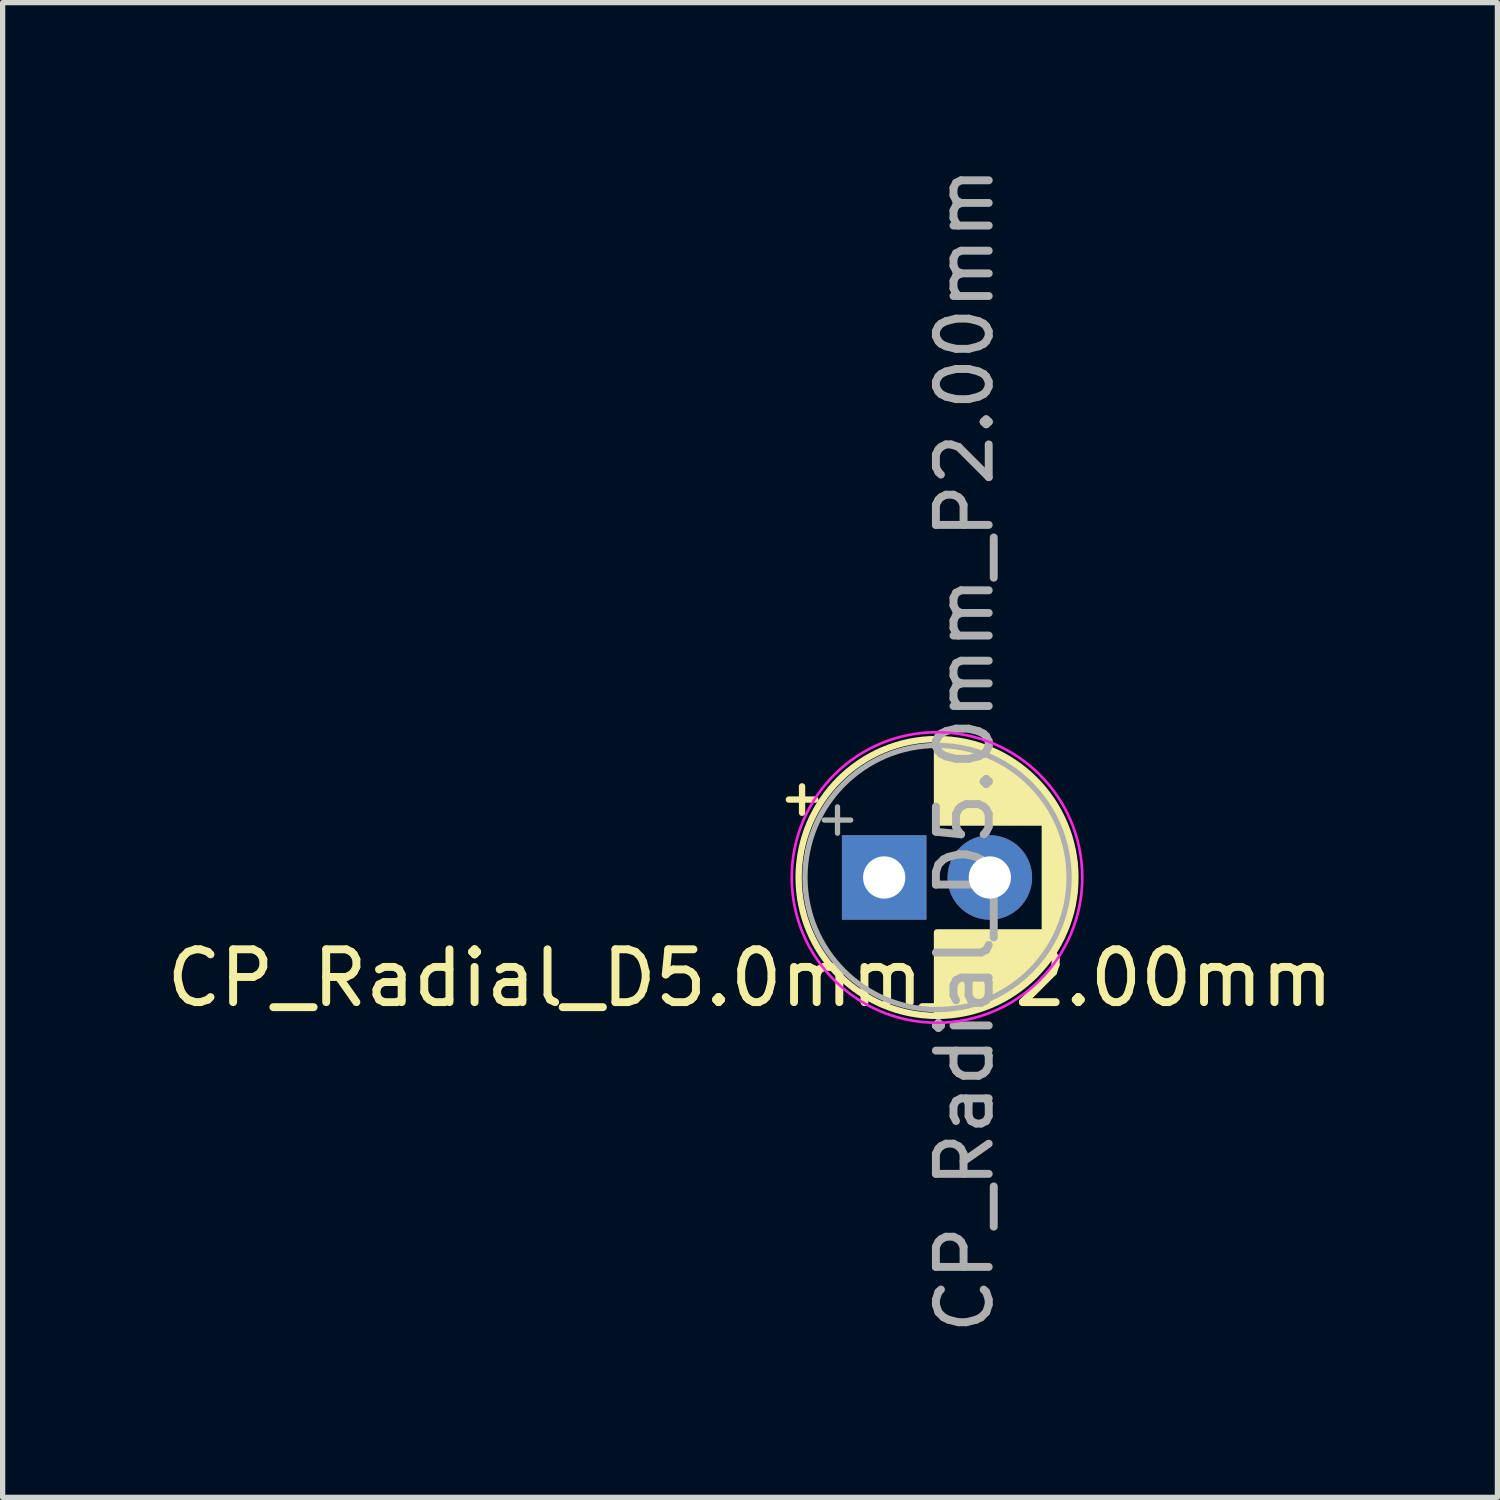
<source format=kicad_pcb>
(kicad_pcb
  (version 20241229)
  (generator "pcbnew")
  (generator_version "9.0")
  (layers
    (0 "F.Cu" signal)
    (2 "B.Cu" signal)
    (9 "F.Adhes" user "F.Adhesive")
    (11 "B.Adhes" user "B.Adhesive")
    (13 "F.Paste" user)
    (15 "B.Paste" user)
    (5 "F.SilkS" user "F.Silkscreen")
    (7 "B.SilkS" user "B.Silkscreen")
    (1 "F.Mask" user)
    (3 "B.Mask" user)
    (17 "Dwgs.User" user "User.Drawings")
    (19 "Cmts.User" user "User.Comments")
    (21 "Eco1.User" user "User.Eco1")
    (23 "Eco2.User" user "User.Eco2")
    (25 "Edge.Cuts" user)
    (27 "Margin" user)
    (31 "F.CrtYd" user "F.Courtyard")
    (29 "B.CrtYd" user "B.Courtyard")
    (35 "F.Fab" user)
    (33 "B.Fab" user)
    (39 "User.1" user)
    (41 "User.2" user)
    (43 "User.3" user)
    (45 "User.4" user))
  (footprint "CP_Radial_D5.0mm_P2.00mm"
    (layer "F.Cu")
    (at 13.689 13.562)
    (property "Reference" "CP_Radial_D5.0mm_P2.00mm" (at -2.54 1.905 180) (layer "F.SilkS") (effects (font (size 1 1) (thickness 0.15))))
    (attr through_hole)
    (fp_line (start -1.805 -1.475) (end -1.305 -1.475) (stroke (width 0.12) (type solid)) (layer "F.SilkS"))
    (fp_line (start -1.555 -1.725) (end -1.555 -1.225) (stroke (width 0.12) (type solid)) (layer "F.SilkS"))
    (fp_line (start 1 -2.58) (end 1 -1.04) (stroke (width 0.12) (type solid)) (layer "F.SilkS"))
    (fp_line (start 1 1.04) (end 1 2.58) (stroke (width 0.12) (type solid)) (layer "F.SilkS"))
    (fp_line (start 1.04 -2.58) (end 1.04 -1.04) (stroke (width 0.12) (type solid)) (layer "F.SilkS"))
    (fp_line (start 1.04 1.04) (end 1.04 2.58) (stroke (width 0.12) (type solid)) (layer "F.SilkS"))
    (fp_line (start 1.08 -2.579) (end 1.08 -1.04) (stroke (width 0.12) (type solid)) (layer "F.SilkS"))
    (fp_line (start 1.08 1.04) (end 1.08 2.579) (stroke (width 0.12) (type solid)) (layer "F.SilkS"))
    (fp_line (start 1.12 -2.578) (end 1.12 -1.04) (stroke (width 0.12) (type solid)) (layer "F.SilkS"))
    (fp_line (start 1.12 1.04) (end 1.12 2.578) (stroke (width 0.12) (type solid)) (layer "F.SilkS"))
    (fp_line (start 1.16 -2.576) (end 1.16 -1.04) (stroke (width 0.12) (type solid)) (layer "F.SilkS"))
    (fp_line (start 1.16 1.04) (end 1.16 2.576) (stroke (width 0.12) (type solid)) (layer "F.SilkS"))
    (fp_line (start 1.2 -2.573) (end 1.2 -1.04) (stroke (width 0.12) (type solid)) (layer "F.SilkS"))
    (fp_line (start 1.2 1.04) (end 1.2 2.573) (stroke (width 0.12) (type solid)) (layer "F.SilkS"))
    (fp_line (start 1.24 -2.569) (end 1.24 -1.04) (stroke (width 0.12) (type solid)) (layer "F.SilkS"))
    (fp_line (start 1.24 1.04) (end 1.24 2.569) (stroke (width 0.12) (type solid)) (layer "F.SilkS"))
    (fp_line (start 1.28 -2.565) (end 1.28 -1.04) (stroke (width 0.12) (type solid)) (layer "F.SilkS"))
    (fp_line (start 1.28 1.04) (end 1.28 2.565) (stroke (width 0.12) (type solid)) (layer "F.SilkS"))
    (fp_line (start 1.32 -2.561) (end 1.32 -1.04) (stroke (width 0.12) (type solid)) (layer "F.SilkS"))
    (fp_line (start 1.32 1.04) (end 1.32 2.561) (stroke (width 0.12) (type solid)) (layer "F.SilkS"))
    (fp_line (start 1.36 -2.556) (end 1.36 -1.04) (stroke (width 0.12) (type solid)) (layer "F.SilkS"))
    (fp_line (start 1.36 1.04) (end 1.36 2.556) (stroke (width 0.12) (type solid)) (layer "F.SilkS"))
    (fp_line (start 1.4 -2.55) (end 1.4 -1.04) (stroke (width 0.12) (type solid)) (layer "F.SilkS"))
    (fp_line (start 1.4 1.04) (end 1.4 2.55) (stroke (width 0.12) (type solid)) (layer "F.SilkS"))
    (fp_line (start 1.44 -2.543) (end 1.44 -1.04) (stroke (width 0.12) (type solid)) (layer "F.SilkS"))
    (fp_line (start 1.44 1.04) (end 1.44 2.543) (stroke (width 0.12) (type solid)) (layer "F.SilkS"))
    (fp_line (start 1.48 -2.536) (end 1.48 -1.04) (stroke (width 0.12) (type solid)) (layer "F.SilkS"))
    (fp_line (start 1.48 1.04) (end 1.48 2.536) (stroke (width 0.12) (type solid)) (layer "F.SilkS"))
    (fp_line (start 1.52 -2.528) (end 1.52 -1.04) (stroke (width 0.12) (type solid)) (layer "F.SilkS"))
    (fp_line (start 1.52 1.04) (end 1.52 2.528) (stroke (width 0.12) (type solid)) (layer "F.SilkS"))
    (fp_line (start 1.56 -2.52) (end 1.56 -1.04) (stroke (width 0.12) (type solid)) (layer "F.SilkS"))
    (fp_line (start 1.56 1.04) (end 1.56 2.52) (stroke (width 0.12) (type solid)) (layer "F.SilkS"))
    (fp_line (start 1.6 -2.511) (end 1.6 -1.04) (stroke (width 0.12) (type solid)) (layer "F.SilkS"))
    (fp_line (start 1.6 1.04) (end 1.6 2.511) (stroke (width 0.12) (type solid)) (layer "F.SilkS"))
    (fp_line (start 1.64 -2.501) (end 1.64 -1.04) (stroke (width 0.12) (type solid)) (layer "F.SilkS"))
    (fp_line (start 1.64 1.04) (end 1.64 2.501) (stroke (width 0.12) (type solid)) (layer "F.SilkS"))
    (fp_line (start 1.68 -2.491) (end 1.68 -1.04) (stroke (width 0.12) (type solid)) (layer "F.SilkS"))
    (fp_line (start 1.68 1.04) (end 1.68 2.491) (stroke (width 0.12) (type solid)) (layer "F.SilkS"))
    (fp_line (start 1.721 -2.48) (end 1.721 -1.04) (stroke (width 0.12) (type solid)) (layer "F.SilkS"))
    (fp_line (start 1.721 1.04) (end 1.721 2.48) (stroke (width 0.12) (type solid)) (layer "F.SilkS"))
    (fp_line (start 1.761 -2.468) (end 1.761 -1.04) (stroke (width 0.12) (type solid)) (layer "F.SilkS"))
    (fp_line (start 1.761 1.04) (end 1.761 2.468) (stroke (width 0.12) (type solid)) (layer "F.SilkS"))
    (fp_line (start 1.801 -2.455) (end 1.801 -1.04) (stroke (width 0.12) (type solid)) (layer "F.SilkS"))
    (fp_line (start 1.801 1.04) (end 1.801 2.455) (stroke (width 0.12) (type solid)) (layer "F.SilkS"))
    (fp_line (start 1.841 -2.442) (end 1.841 -1.04) (stroke (width 0.12) (type solid)) (layer "F.SilkS"))
    (fp_line (start 1.841 1.04) (end 1.841 2.442) (stroke (width 0.12) (type solid)) (layer "F.SilkS"))
    (fp_line (start 1.881 -2.428) (end 1.881 -1.04) (stroke (width 0.12) (type solid)) (layer "F.SilkS"))
    (fp_line (start 1.881 1.04) (end 1.881 2.428) (stroke (width 0.12) (type solid)) (layer "F.SilkS"))
    (fp_line (start 1.921 -2.414) (end 1.921 -1.04) (stroke (width 0.12) (type solid)) (layer "F.SilkS"))
    (fp_line (start 1.921 1.04) (end 1.921 2.414) (stroke (width 0.12) (type solid)) (layer "F.SilkS"))
    (fp_line (start 1.961 -2.398) (end 1.961 -1.04) (stroke (width 0.12) (type solid)) (layer "F.SilkS"))
    (fp_line (start 1.961 1.04) (end 1.961 2.398) (stroke (width 0.12) (type solid)) (layer "F.SilkS"))
    (fp_line (start 2.001 -2.382) (end 2.001 -1.04) (stroke (width 0.12) (type solid)) (layer "F.SilkS"))
    (fp_line (start 2.001 1.04) (end 2.001 2.382) (stroke (width 0.12) (type solid)) (layer "F.SilkS"))
    (fp_line (start 2.041 -2.365) (end 2.041 -1.04) (stroke (width 0.12) (type solid)) (layer "F.SilkS"))
    (fp_line (start 2.041 1.04) (end 2.041 2.365) (stroke (width 0.12) (type solid)) (layer "F.SilkS"))
    (fp_line (start 2.081 -2.348) (end 2.081 -1.04) (stroke (width 0.12) (type solid)) (layer "F.SilkS"))
    (fp_line (start 2.081 1.04) (end 2.081 2.348) (stroke (width 0.12) (type solid)) (layer "F.SilkS"))
    (fp_line (start 2.121 -2.329) (end 2.121 -1.04) (stroke (width 0.12) (type solid)) (layer "F.SilkS"))
    (fp_line (start 2.121 1.04) (end 2.121 2.329) (stroke (width 0.12) (type solid)) (layer "F.SilkS"))
    (fp_line (start 2.161 -2.31) (end 2.161 -1.04) (stroke (width 0.12) (type solid)) (layer "F.SilkS"))
    (fp_line (start 2.161 1.04) (end 2.161 2.31) (stroke (width 0.12) (type solid)) (layer "F.SilkS"))
    (fp_line (start 2.201 -2.29) (end 2.201 -1.04) (stroke (width 0.12) (type solid)) (layer "F.SilkS"))
    (fp_line (start 2.201 1.04) (end 2.201 2.29) (stroke (width 0.12) (type solid)) (layer "F.SilkS"))
    (fp_line (start 2.241 -2.268) (end 2.241 -1.04) (stroke (width 0.12) (type solid)) (layer "F.SilkS"))
    (fp_line (start 2.241 1.04) (end 2.241 2.268) (stroke (width 0.12) (type solid)) (layer "F.SilkS"))
    (fp_line (start 2.281 -2.247) (end 2.281 -1.04) (stroke (width 0.12) (type solid)) (layer "F.SilkS"))
    (fp_line (start 2.281 1.04) (end 2.281 2.247) (stroke (width 0.12) (type solid)) (layer "F.SilkS"))
    (fp_line (start 2.321 -2.224) (end 2.321 -1.04) (stroke (width 0.12) (type solid)) (layer "F.SilkS"))
    (fp_line (start 2.321 1.04) (end 2.321 2.224) (stroke (width 0.12) (type solid)) (layer "F.SilkS"))
    (fp_line (start 2.361 -2.2) (end 2.361 -1.04) (stroke (width 0.12) (type solid)) (layer "F.SilkS"))
    (fp_line (start 2.361 1.04) (end 2.361 2.2) (stroke (width 0.12) (type solid)) (layer "F.SilkS"))
    (fp_line (start 2.401 -2.175) (end 2.401 -1.04) (stroke (width 0.12) (type solid)) (layer "F.SilkS"))
    (fp_line (start 2.401 1.04) (end 2.401 2.175) (stroke (width 0.12) (type solid)) (layer "F.SilkS"))
    (fp_line (start 2.441 -2.149) (end 2.441 -1.04) (stroke (width 0.12) (type solid)) (layer "F.SilkS"))
    (fp_line (start 2.441 1.04) (end 2.441 2.149) (stroke (width 0.12) (type solid)) (layer "F.SilkS"))
    (fp_line (start 2.481 -2.122) (end 2.481 -1.04) (stroke (width 0.12) (type solid)) (layer "F.SilkS"))
    (fp_line (start 2.481 1.04) (end 2.481 2.122) (stroke (width 0.12) (type solid)) (layer "F.SilkS"))
    (fp_line (start 2.521 -2.095) (end 2.521 -1.04) (stroke (width 0.12) (type solid)) (layer "F.SilkS"))
    (fp_line (start 2.521 1.04) (end 2.521 2.095) (stroke (width 0.12) (type solid)) (layer "F.SilkS"))
    (fp_line (start 2.561 -2.065) (end 2.561 -1.04) (stroke (width 0.12) (type solid)) (layer "F.SilkS"))
    (fp_line (start 2.561 1.04) (end 2.561 2.065) (stroke (width 0.12) (type solid)) (layer "F.SilkS"))
    (fp_line (start 2.601 -2.035) (end 2.601 -1.04) (stroke (width 0.12) (type solid)) (layer "F.SilkS"))
    (fp_line (start 2.601 1.04) (end 2.601 2.035) (stroke (width 0.12) (type solid)) (layer "F.SilkS"))
    (fp_line (start 2.641 -2.004) (end 2.641 -1.04) (stroke (width 0.12) (type solid)) (layer "F.SilkS"))
    (fp_line (start 2.641 1.04) (end 2.641 2.004) (stroke (width 0.12) (type solid)) (layer "F.SilkS"))
    (fp_line (start 2.681 -1.971) (end 2.681 -1.04) (stroke (width 0.12) (type solid)) (layer "F.SilkS"))
    (fp_line (start 2.681 1.04) (end 2.681 1.971) (stroke (width 0.12) (type solid)) (layer "F.SilkS"))
    (fp_line (start 2.721 -1.937) (end 2.721 -1.04) (stroke (width 0.12) (type solid)) (layer "F.SilkS"))
    (fp_line (start 2.721 1.04) (end 2.721 1.937) (stroke (width 0.12) (type solid)) (layer "F.SilkS"))
    (fp_line (start 2.761 -1.901) (end 2.761 -1.04) (stroke (width 0.12) (type solid)) (layer "F.SilkS"))
    (fp_line (start 2.761 1.04) (end 2.761 1.901) (stroke (width 0.12) (type solid)) (layer "F.SilkS"))
    (fp_line (start 2.801 -1.864) (end 2.801 -1.04) (stroke (width 0.12) (type solid)) (layer "F.SilkS"))
    (fp_line (start 2.801 1.04) (end 2.801 1.864) (stroke (width 0.12) (type solid)) (layer "F.SilkS"))
    (fp_line (start 2.841 -1.826) (end 2.841 -1.04) (stroke (width 0.12) (type solid)) (layer "F.SilkS"))
    (fp_line (start 2.841 1.04) (end 2.841 1.826) (stroke (width 0.12) (type solid)) (layer "F.SilkS"))
    (fp_line (start 2.881 -1.785) (end 2.881 -1.04) (stroke (width 0.12) (type solid)) (layer "F.SilkS"))
    (fp_line (start 2.881 1.04) (end 2.881 1.785) (stroke (width 0.12) (type solid)) (layer "F.SilkS"))
    (fp_line (start 2.921 -1.743) (end 2.921 -1.04) (stroke (width 0.12) (type solid)) (layer "F.SilkS"))
    (fp_line (start 2.921 1.04) (end 2.921 1.743) (stroke (width 0.12) (type solid)) (layer "F.SilkS"))
    (fp_line (start 2.961 -1.699) (end 2.961 -1.04) (stroke (width 0.12) (type solid)) (layer "F.SilkS"))
    (fp_line (start 2.961 1.04) (end 2.961 1.699) (stroke (width 0.12) (type solid)) (layer "F.SilkS"))
    (fp_line (start 3.001 -1.653) (end 3.001 -1.04) (stroke (width 0.12) (type solid)) (layer "F.SilkS"))
    (fp_line (start 3.001 1.04) (end 3.001 1.653) (stroke (width 0.12) (type solid)) (layer "F.SilkS"))
    (fp_line (start 3.041 -1.605) (end 3.041 1.605) (stroke (width 0.12) (type solid)) (layer "F.SilkS"))
    (fp_line (start 3.081 -1.554) (end 3.081 1.554) (stroke (width 0.12) (type solid)) (layer "F.SilkS"))
    (fp_line (start 3.121 -1.5) (end 3.121 1.5) (stroke (width 0.12) (type solid)) (layer "F.SilkS"))
    (fp_line (start 3.161 -1.443) (end 3.161 1.443) (stroke (width 0.12) (type solid)) (layer "F.SilkS"))
    (fp_line (start 3.201 -1.383) (end 3.201 1.383) (stroke (width 0.12) (type solid)) (layer "F.SilkS"))
    (fp_line (start 3.241 -1.319) (end 3.241 1.319) (stroke (width 0.12) (type solid)) (layer "F.SilkS"))
    (fp_line (start 3.281 -1.251) (end 3.281 1.251) (stroke (width 0.12) (type solid)) (layer "F.SilkS"))
    (fp_line (start 3.321 -1.178) (end 3.321 1.178) (stroke (width 0.12) (type solid)) (layer "F.SilkS"))
    (fp_line (start 3.361 -1.098) (end 3.361 1.098) (stroke (width 0.12) (type solid)) (layer "F.SilkS"))
    (fp_line (start 3.401 -1.011) (end 3.401 1.011) (stroke (width 0.12) (type solid)) (layer "F.SilkS"))
    (fp_line (start 3.441 -0.915) (end 3.441 0.915) (stroke (width 0.12) (type solid)) (layer "F.SilkS"))
    (fp_line (start 3.481 -0.805) (end 3.481 0.805) (stroke (width 0.12) (type solid)) (layer "F.SilkS"))
    (fp_line (start 3.521 -0.677) (end 3.521 0.677) (stroke (width 0.12) (type solid)) (layer "F.SilkS"))
    (fp_line (start 3.561 -0.518) (end 3.561 0.518) (stroke (width 0.12) (type solid)) (layer "F.SilkS"))
    (fp_line (start 3.601 -0.284) (end 3.601 0.284) (stroke (width 0.12) (type solid)) (layer "F.SilkS"))
    (fp_circle (center 1 0) (end 3.62 0) (stroke (width 0.12) (type solid)) (fill no) (layer "F.SilkS"))
    (fp_circle (center 1 0) (end 3.75 0) (stroke (width 0.05) (type solid)) (fill no) (layer "F.CrtYd"))
    (fp_line (start -1.134 -1.087) (end -0.634 -1.087) (stroke (width 0.1) (type solid)) (layer "F.Fab"))
    (fp_line (start -0.884 -1.337) (end -0.884 -0.838) (stroke (width 0.1) (type solid)) (layer "F.Fab"))
    (fp_circle (center 1 0) (end 3.5 0) (stroke (width 0.1) (type solid)) (fill no) (layer "F.Fab"))
    (fp_text user "${REFERENCE}" (at 1.524 -2.413 270) (layer "F.Fab") (effects (font (size 1 1) (thickness 0.15))))
    (pad "1" thru_hole rect (at 0 0) (size 1.6 1.6) (drill 0.8) (layers "*.Cu" "*.Mask"))
    (pad "2" thru_hole circle (at 2 0) (size 1.6 1.6) (drill 0.8) (layers "*.Cu" "*.Mask")))
  (gr_rect
    (start -3 -3)
    (end 25.298 25.298)
    (stroke (width 0.1) (type default))
    (fill no)
    (layer "Edge.Cuts")))
</source>
